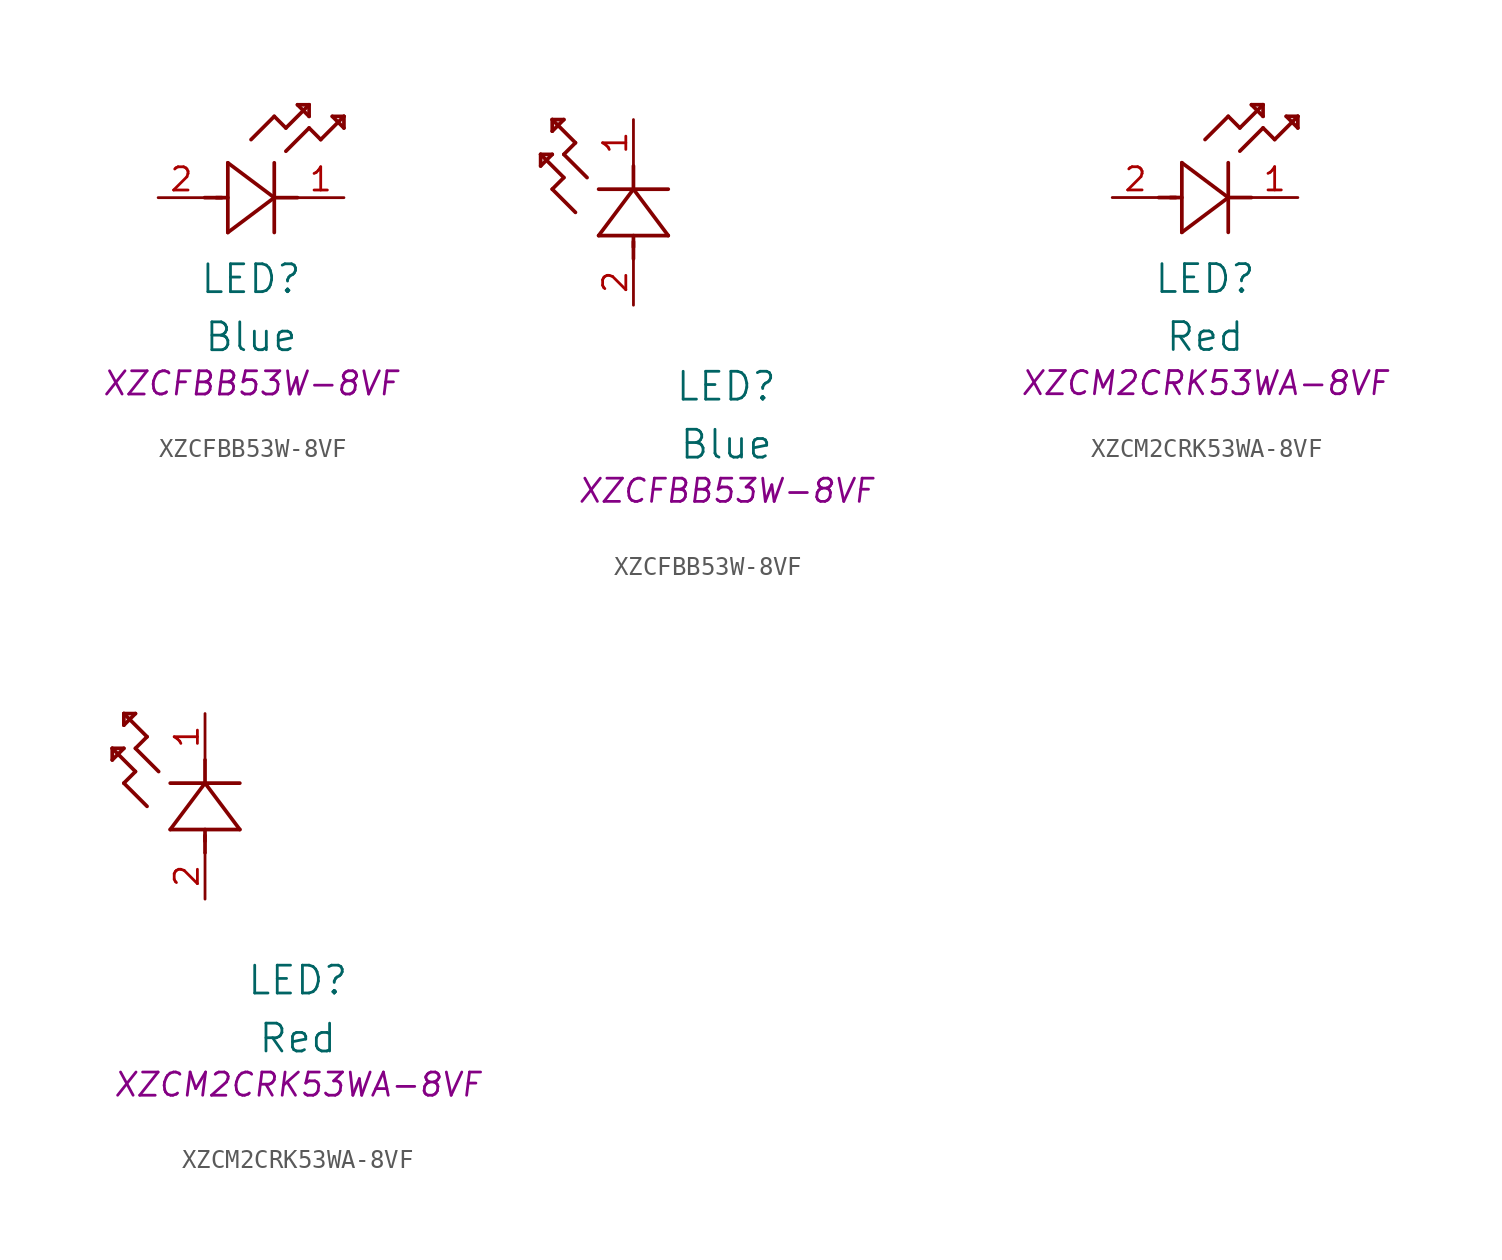
<source format=kicad_sym>
(kicad_symbol_lib
  (version 20231120)
  (generator "kicad_symbol_editor")
  (generator_version "8.0")
  (symbol "XZCFBB53W-8VF"
    (pin_names
      (offset 0.254))
    (property "Reference" "LED"
      (at 5.08 -4.445 0)
      (effects (font (size 1.524 1.524))))
    (property "Value" "Blue"
      (at 5.08 -7.62 0)
      (effects (font (size 1.524 1.524))))
    (property "Datasheet" "XZCFBB53W-8VF"
      (at 5.08 -10.16 0)
      (effects (font (size 1.27 1.27) (italic yes))))
    (symbol "XZCFBB53W-8VF_1_1"
      (polyline (pts (xy 2.54 0) (xy 3.48 0)) (stroke (width 0.203) (type default)) (fill (type none)))
      (polyline (pts (xy 3.175 0) (xy 3.81 0)) (stroke (width 0.203) (type default)) (fill (type none)))
      (polyline (pts (xy 3.81 -1.905) (xy 6.35 0)) (stroke (width 0.203) (type default)) (fill (type none)))
      (polyline (pts (xy 3.81 1.905) (xy 3.81 -1.905)) (stroke (width 0.203) (type default)) (fill (type none)))
      (polyline (pts (xy 5.08 3.175) (xy 6.35 4.445)) (stroke (width 0.203) (type default)) (fill (type none)))
      (polyline (pts (xy 6.35 -1.905) (xy 6.35 1.905)) (stroke (width 0.203) (type default)) (fill (type none)))
      (polyline (pts (xy 6.35 0) (xy 3.81 1.905)) (stroke (width 0.203) (type default)) (fill (type none)))
      (polyline (pts (xy 6.35 0) (xy 7.62 0)) (stroke (width 0.203) (type default)) (fill (type none)))
      (polyline (pts (xy 6.35 4.445) (xy 6.985 3.81)) (stroke (width 0.203) (type default)) (fill (type none)))
      (polyline (pts (xy 6.985 2.54) (xy 8.255 3.81)) (stroke (width 0.203) (type default)) (fill (type none)))
      (polyline (pts (xy 6.985 3.81) (xy 8.255 5.08)) (stroke (width 0.203) (type default)) (fill (type none)))
      (polyline (pts (xy 7.62 5.08) (xy 8.255 4.445)) (stroke (width 0.203) (type default)) (fill (type none)))
      (polyline (pts (xy 8.255 3.81) (xy 8.89 3.175)) (stroke (width 0.203) (type default)) (fill (type none)))
      (polyline (pts (xy 8.255 4.445) (xy 8.255 5.08)) (stroke (width 0.203) (type default)) (fill (type none)))
      (polyline (pts (xy 8.255 5.08) (xy 7.62 5.08)) (stroke (width 0.203) (type default)) (fill (type none)))
      (polyline (pts (xy 8.89 3.175) (xy 10.16 4.445)) (stroke (width 0.203) (type default)) (fill (type none)))
      (polyline (pts (xy 9.525 4.445) (xy 10.16 3.81)) (stroke (width 0.203) (type default)) (fill (type none)))
      (polyline (pts (xy 10.16 3.81) (xy 10.16 4.445)) (stroke (width 0.203) (type default)) (fill (type none)))
      (polyline (pts (xy 10.16 4.445) (xy 9.525 4.445)) (stroke (width 0.203) (type default)) (fill (type none)))
      (pin unspecified line (at 10.16 0 180) (length 2.54) (name "" (effects (font (size 1.27 1.27)))) (number "1" (effects (font (size 1.27 1.27)))))
      (pin unspecified line (at 0 0 0) (length 2.54) (name "" (effects (font (size 1.27 1.27)))) (number "2" (effects (font (size 1.27 1.27))))))
    (symbol "XZCFBB53W-8VF_1_2"
      (polyline (pts (xy -5.08 7.62) (xy -4.445 8.255)) (stroke (width 0.203) (type default)) (fill (type none)))
      (polyline (pts (xy -5.08 8.255) (xy -5.08 7.62)) (stroke (width 0.203) (type default)) (fill (type none)))
      (polyline (pts (xy -4.445 6.35) (xy -3.81 6.985)) (stroke (width 0.203) (type default)) (fill (type none)))
      (polyline (pts (xy -4.445 8.255) (xy -5.08 8.255)) (stroke (width 0.203) (type default)) (fill (type none)))
      (polyline (pts (xy -4.445 9.525) (xy -3.81 10.16)) (stroke (width 0.203) (type default)) (fill (type none)))
      (polyline (pts (xy -4.445 10.16) (xy -4.445 9.525)) (stroke (width 0.203) (type default)) (fill (type none)))
      (polyline (pts (xy -3.81 6.985) (xy -5.08 8.255)) (stroke (width 0.203) (type default)) (fill (type none)))
      (polyline (pts (xy -3.81 8.255) (xy -3.175 8.89)) (stroke (width 0.203) (type default)) (fill (type none)))
      (polyline (pts (xy -3.81 10.16) (xy -4.445 10.16)) (stroke (width 0.203) (type default)) (fill (type none)))
      (polyline (pts (xy -3.175 5.08) (xy -4.445 6.35)) (stroke (width 0.203) (type default)) (fill (type none)))
      (polyline (pts (xy -3.175 8.89) (xy -4.445 10.16)) (stroke (width 0.203) (type default)) (fill (type none)))
      (polyline (pts (xy -2.54 6.985) (xy -3.81 8.255)) (stroke (width 0.203) (type default)) (fill (type none)))
      (polyline (pts (xy -1.905 3.81) (xy 1.905 3.81)) (stroke (width 0.203) (type default)) (fill (type none)))
      (polyline (pts (xy 0 2.54) (xy 0 3.48)) (stroke (width 0.203) (type default)) (fill (type none)))
      (polyline (pts (xy 0 3.175) (xy 0 3.81)) (stroke (width 0.203) (type default)) (fill (type none)))
      (polyline (pts (xy 0 6.35) (xy -1.905 3.81)) (stroke (width 0.203) (type default)) (fill (type none)))
      (polyline (pts (xy 0 6.35) (xy 0 7.62)) (stroke (width 0.203) (type default)) (fill (type none)))
      (polyline (pts (xy 1.905 3.81) (xy 0 6.35)) (stroke (width 0.203) (type default)) (fill (type none)))
      (polyline (pts (xy 1.905 6.35) (xy -1.905 6.35)) (stroke (width 0.203) (type default)) (fill (type none)))
      (pin unspecified line (at 0 10.16 270) (length 2.54) (name "" (effects (font (size 1.27 1.27)))) (number "1" (effects (font (size 1.27 1.27)))))
      (pin unspecified line (at 0 0 90) (length 2.54) (name "" (effects (font (size 1.27 1.27)))) (number "2" (effects (font (size 1.27 1.27)))))))
  (symbol "XZCM2CRK53WA-8VF"
    (pin_names
      (offset 0.254))
    (property "Reference" "LED"
      (at 5.08 -4.445 0)
      (effects (font (size 1.524 1.524))))
    (property "Value" "Red"
      (at 5.08 -7.62 0)
      (effects (font (size 1.524 1.524))))
    (property "Datasheet" "XZCM2CRK53WA-8VF"
      (at 5.08 -10.16 0)
      (effects (font (size 1.27 1.27) (italic yes))))
    (symbol "XZCM2CRK53WA-8VF_1_1"
      (polyline (pts (xy 2.54 0) (xy 3.48 0)) (stroke (width 0.203) (type default)) (fill (type none)))
      (polyline (pts (xy 3.175 0) (xy 3.81 0)) (stroke (width 0.203) (type default)) (fill (type none)))
      (polyline (pts (xy 3.81 -1.905) (xy 6.35 0)) (stroke (width 0.203) (type default)) (fill (type none)))
      (polyline (pts (xy 3.81 1.905) (xy 3.81 -1.905)) (stroke (width 0.203) (type default)) (fill (type none)))
      (polyline (pts (xy 5.08 3.175) (xy 6.35 4.445)) (stroke (width 0.203) (type default)) (fill (type none)))
      (polyline (pts (xy 6.35 -1.905) (xy 6.35 1.905)) (stroke (width 0.203) (type default)) (fill (type none)))
      (polyline (pts (xy 6.35 0) (xy 3.81 1.905)) (stroke (width 0.203) (type default)) (fill (type none)))
      (polyline (pts (xy 6.35 0) (xy 7.62 0)) (stroke (width 0.203) (type default)) (fill (type none)))
      (polyline (pts (xy 6.35 4.445) (xy 6.985 3.81)) (stroke (width 0.203) (type default)) (fill (type none)))
      (polyline (pts (xy 6.985 2.54) (xy 8.255 3.81)) (stroke (width 0.203) (type default)) (fill (type none)))
      (polyline (pts (xy 6.985 3.81) (xy 8.255 5.08)) (stroke (width 0.203) (type default)) (fill (type none)))
      (polyline (pts (xy 7.62 5.08) (xy 8.255 4.445)) (stroke (width 0.203) (type default)) (fill (type none)))
      (polyline (pts (xy 8.255 3.81) (xy 8.89 3.175)) (stroke (width 0.203) (type default)) (fill (type none)))
      (polyline (pts (xy 8.255 4.445) (xy 8.255 5.08)) (stroke (width 0.203) (type default)) (fill (type none)))
      (polyline (pts (xy 8.255 5.08) (xy 7.62 5.08)) (stroke (width 0.203) (type default)) (fill (type none)))
      (polyline (pts (xy 8.89 3.175) (xy 10.16 4.445)) (stroke (width 0.203) (type default)) (fill (type none)))
      (polyline (pts (xy 9.525 4.445) (xy 10.16 3.81)) (stroke (width 0.203) (type default)) (fill (type none)))
      (polyline (pts (xy 10.16 3.81) (xy 10.16 4.445)) (stroke (width 0.203) (type default)) (fill (type none)))
      (polyline (pts (xy 10.16 4.445) (xy 9.525 4.445)) (stroke (width 0.203) (type default)) (fill (type none)))
      (pin unspecified line (at 10.16 0 180) (length 2.54) (name "" (effects (font (size 1.27 1.27)))) (number "1" (effects (font (size 1.27 1.27)))))
      (pin unspecified line (at 0 0 0) (length 2.54) (name "" (effects (font (size 1.27 1.27)))) (number "2" (effects (font (size 1.27 1.27))))))
    (symbol "XZCM2CRK53WA-8VF_1_2"
      (polyline (pts (xy -5.08 7.62) (xy -4.445 8.255)) (stroke (width 0.203) (type default)) (fill (type none)))
      (polyline (pts (xy -5.08 8.255) (xy -5.08 7.62)) (stroke (width 0.203) (type default)) (fill (type none)))
      (polyline (pts (xy -4.445 6.35) (xy -3.81 6.985)) (stroke (width 0.203) (type default)) (fill (type none)))
      (polyline (pts (xy -4.445 8.255) (xy -5.08 8.255)) (stroke (width 0.203) (type default)) (fill (type none)))
      (polyline (pts (xy -4.445 9.525) (xy -3.81 10.16)) (stroke (width 0.203) (type default)) (fill (type none)))
      (polyline (pts (xy -4.445 10.16) (xy -4.445 9.525)) (stroke (width 0.203) (type default)) (fill (type none)))
      (polyline (pts (xy -3.81 6.985) (xy -5.08 8.255)) (stroke (width 0.203) (type default)) (fill (type none)))
      (polyline (pts (xy -3.81 8.255) (xy -3.175 8.89)) (stroke (width 0.203) (type default)) (fill (type none)))
      (polyline (pts (xy -3.81 10.16) (xy -4.445 10.16)) (stroke (width 0.203) (type default)) (fill (type none)))
      (polyline (pts (xy -3.175 5.08) (xy -4.445 6.35)) (stroke (width 0.203) (type default)) (fill (type none)))
      (polyline (pts (xy -3.175 8.89) (xy -4.445 10.16)) (stroke (width 0.203) (type default)) (fill (type none)))
      (polyline (pts (xy -2.54 6.985) (xy -3.81 8.255)) (stroke (width 0.203) (type default)) (fill (type none)))
      (polyline (pts (xy -1.905 3.81) (xy 1.905 3.81)) (stroke (width 0.203) (type default)) (fill (type none)))
      (polyline (pts (xy 0 2.54) (xy 0 3.48)) (stroke (width 0.203) (type default)) (fill (type none)))
      (polyline (pts (xy 0 3.175) (xy 0 3.81)) (stroke (width 0.203) (type default)) (fill (type none)))
      (polyline (pts (xy 0 6.35) (xy -1.905 3.81)) (stroke (width 0.203) (type default)) (fill (type none)))
      (polyline (pts (xy 0 6.35) (xy 0 7.62)) (stroke (width 0.203) (type default)) (fill (type none)))
      (polyline (pts (xy 1.905 3.81) (xy 0 6.35)) (stroke (width 0.203) (type default)) (fill (type none)))
      (polyline (pts (xy 1.905 6.35) (xy -1.905 6.35)) (stroke (width 0.203) (type default)) (fill (type none)))
      (pin unspecified line (at 0 10.16 270) (length 2.54) (name "" (effects (font (size 1.27 1.27)))) (number "1" (effects (font (size 1.27 1.27)))))
      (pin unspecified line (at 0 0 90) (length 2.54) (name "" (effects (font (size 1.27 1.27)))) (number "2" (effects (font (size 1.27 1.27))))))))
</source>
